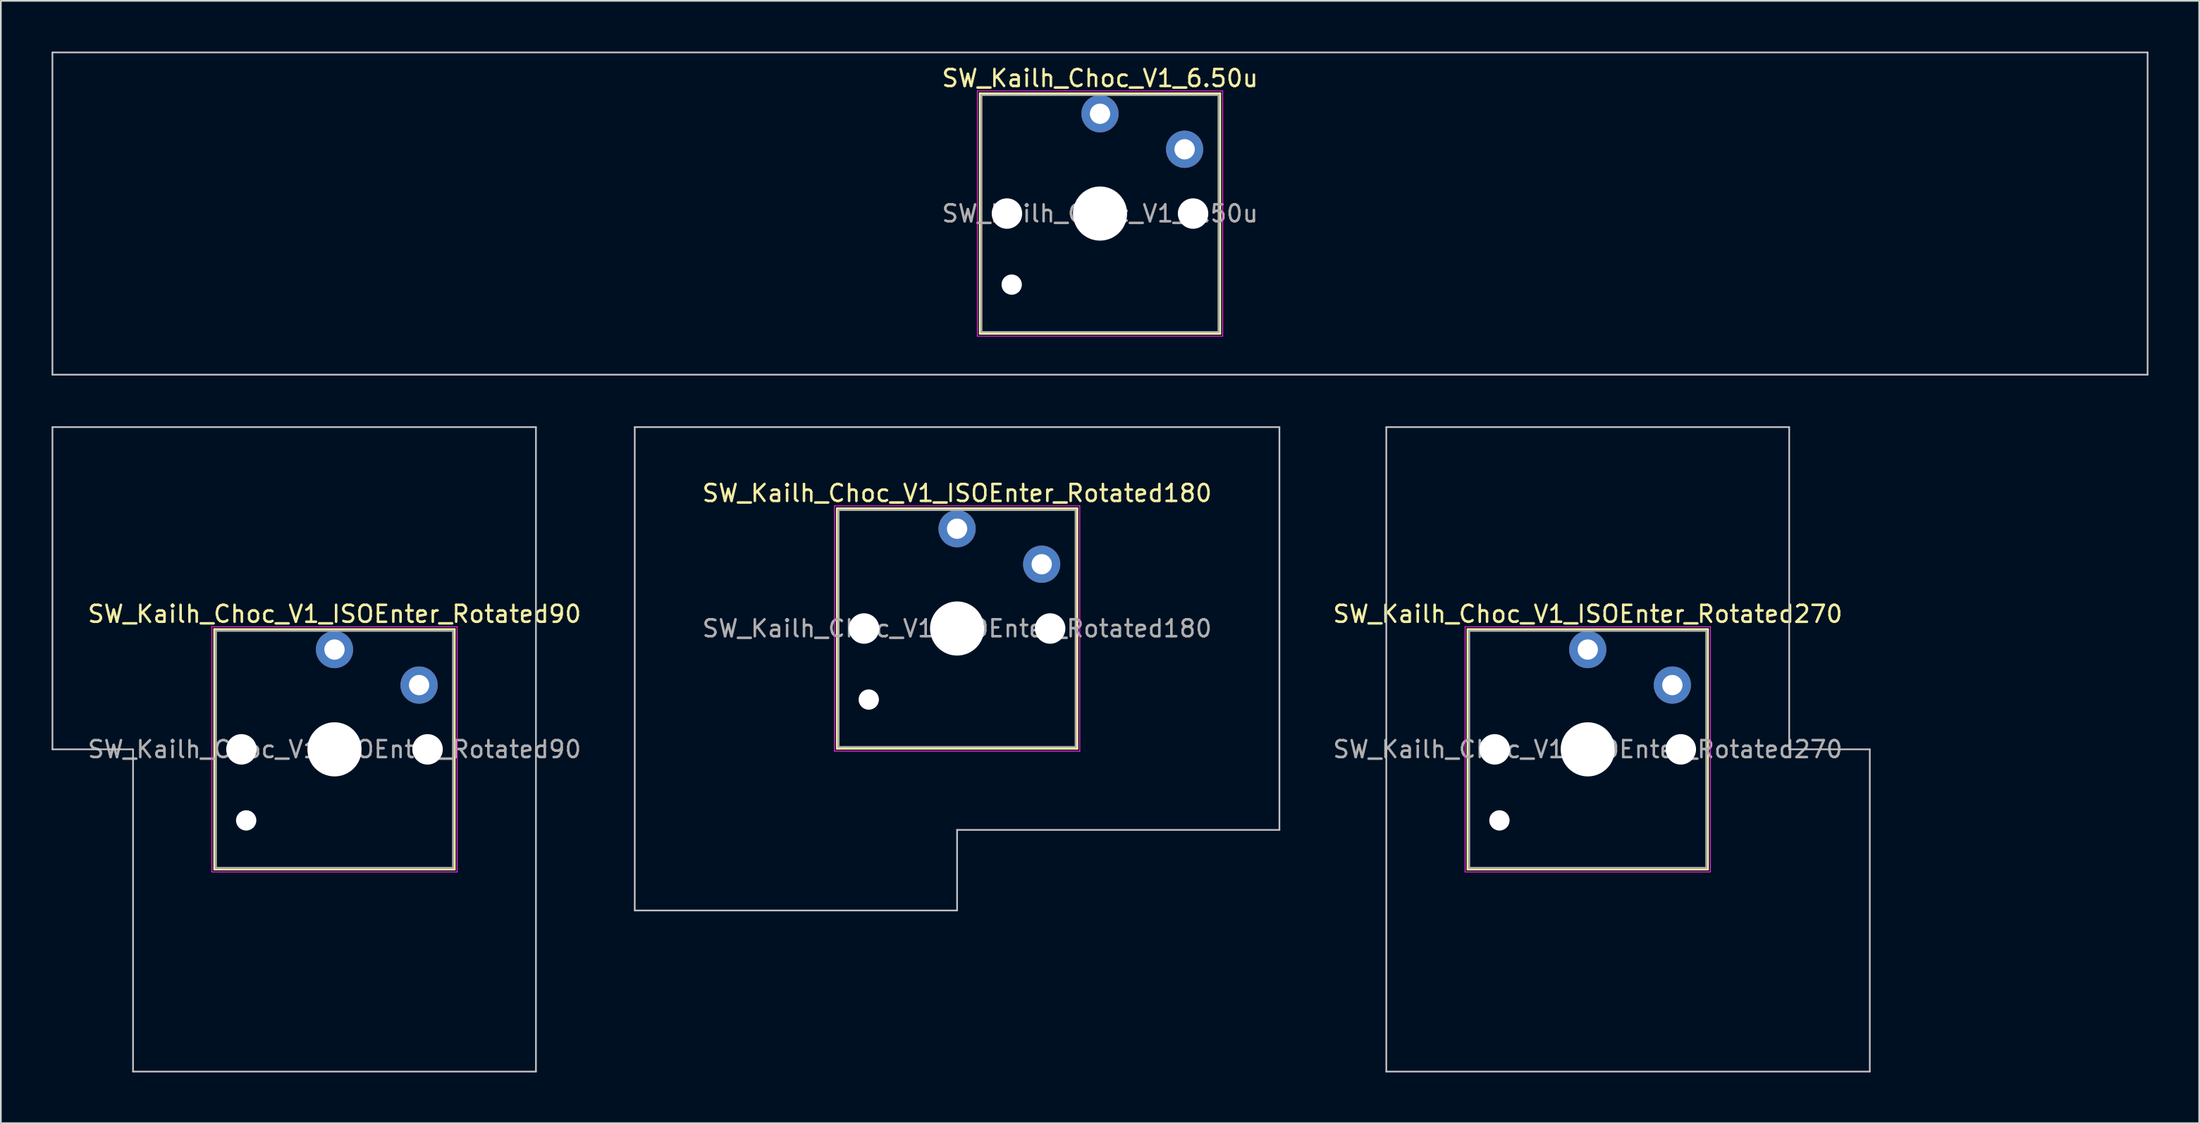
<source format=kicad_pcb>
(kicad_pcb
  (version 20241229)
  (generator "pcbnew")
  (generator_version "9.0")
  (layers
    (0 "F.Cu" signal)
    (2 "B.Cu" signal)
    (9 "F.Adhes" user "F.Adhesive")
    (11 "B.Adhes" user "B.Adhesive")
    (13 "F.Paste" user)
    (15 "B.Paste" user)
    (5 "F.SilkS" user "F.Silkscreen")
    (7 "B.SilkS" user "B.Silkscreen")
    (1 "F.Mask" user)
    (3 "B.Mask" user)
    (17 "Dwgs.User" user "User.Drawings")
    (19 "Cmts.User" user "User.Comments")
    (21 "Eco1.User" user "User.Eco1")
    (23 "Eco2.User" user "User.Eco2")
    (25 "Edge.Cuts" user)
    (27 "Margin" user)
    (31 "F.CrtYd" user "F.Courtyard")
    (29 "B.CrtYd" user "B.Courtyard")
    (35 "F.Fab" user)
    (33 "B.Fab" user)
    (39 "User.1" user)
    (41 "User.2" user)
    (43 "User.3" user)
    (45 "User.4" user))
  (footprint "SW_Kailh_Choc_V1_6.50u"
    (layer "F.Cu")
    (at 61.962 9.575)
    (property "Reference" "SW_Kailh_Choc_V1_6.50u" (at 0 -8 0) (layer "F.SilkS") (effects (font (size 1 1) (thickness 0.15))))
    (attr through_hole)
    (fp_line (start -7.1 -7.1) (end -7.1 7.1) (stroke (width 0.12) (type solid)) (layer "F.SilkS"))
    (fp_line (start -7.1 7.1) (end 7.1 7.1) (stroke (width 0.12) (type solid)) (layer "F.SilkS"))
    (fp_line (start 7.1 -7.1) (end -7.1 -7.1) (stroke (width 0.12) (type solid)) (layer "F.SilkS"))
    (fp_line (start 7.1 7.1) (end 7.1 -7.1) (stroke (width 0.12) (type solid)) (layer "F.SilkS"))
    (fp_line (start -61.913 -9.525) (end -61.913 9.525) (stroke (width 0.1) (type solid)) (layer "Dwgs.User"))
    (fp_line (start -61.913 9.525) (end 61.913 9.525) (stroke (width 0.1) (type solid)) (layer "Dwgs.User"))
    (fp_line (start 61.913 -9.525) (end -61.913 -9.525) (stroke (width 0.1) (type solid)) (layer "Dwgs.User"))
    (fp_line (start 61.913 9.525) (end 61.913 -9.525) (stroke (width 0.1) (type solid)) (layer "Dwgs.User"))
    (fp_line (start -7.25 -7.25) (end -7.25 7.25) (stroke (width 0.05) (type solid)) (layer "F.CrtYd"))
    (fp_line (start -7.25 7.25) (end 7.25 7.25) (stroke (width 0.05) (type solid)) (layer "F.CrtYd"))
    (fp_line (start 7.25 -7.25) (end -7.25 -7.25) (stroke (width 0.05) (type solid)) (layer "F.CrtYd"))
    (fp_line (start 7.25 7.25) (end 7.25 -7.25) (stroke (width 0.05) (type solid)) (layer "F.CrtYd"))
    (fp_line (start -7 -7) (end -7 7) (stroke (width 0.1) (type solid)) (layer "F.Fab"))
    (fp_line (start -7 7) (end 7 7) (stroke (width 0.1) (type solid)) (layer "F.Fab"))
    (fp_line (start 7 -7) (end -7 -7) (stroke (width 0.1) (type solid)) (layer "F.Fab"))
    (fp_line (start 7 7) (end 7 -7) (stroke (width 0.1) (type solid)) (layer "F.Fab"))
    (fp_text user "${REFERENCE}" (at 0 0 0) (layer "F.Fab") (effects (font (size 1 1) (thickness 0.15))))
    (pad "" np_thru_hole circle (at -5.5 0) (size 1.8 1.8) (drill 1.8) (layers "*.Cu" "*.Mask"))
    (pad "" np_thru_hole circle (at -5.22 4.2) (size 1.2 1.2) (drill 1.2) (layers "*.Cu" "*.Mask"))
    (pad "" np_thru_hole circle (at 0 0) (size 3.2 3.2) (drill 3.2) (layers "*.Cu" "*.Mask"))
    (pad "" np_thru_hole circle (at 5.5 0) (size 1.8 1.8) (drill 1.8) (layers "*.Cu" "*.Mask"))
    (pad "1" thru_hole circle (at 0 -5.9) (size 2.2 2.2) (drill 1.2) (layers "*.Cu" "B.Mask"))
    (pad "2" thru_hole circle (at 5 -3.8) (size 2.2 2.2) (drill 1.2) (layers "*.Cu" "B.Mask")))
  (footprint "SW_Kailh_Choc_V1_ISOEnter_Rotated180"
    (layer "F.Cu")
    (at 53.515 34.106)
    (property "Reference" "SW_Kailh_Choc_V1_ISOEnter_Rotated180" (at 0 -8 0) (layer "F.SilkS") (effects (font (size 1 1) (thickness 0.15))))
    (attr through_hole)
    (fp_line (start -7.1 -7.1) (end -7.1 7.1) (stroke (width 0.12) (type solid)) (layer "F.SilkS"))
    (fp_line (start -7.1 7.1) (end 7.1 7.1) (stroke (width 0.12) (type solid)) (layer "F.SilkS"))
    (fp_line (start 7.1 -7.1) (end -7.1 -7.1) (stroke (width 0.12) (type solid)) (layer "F.SilkS"))
    (fp_line (start 7.1 7.1) (end 7.1 -7.1) (stroke (width 0.12) (type solid)) (layer "F.SilkS"))
    (fp_line (start -19.05 -11.906) (end -19.05 16.669) (stroke (width 0.1) (type solid)) (layer "Dwgs.User"))
    (fp_line (start -19.05 16.669) (end 0 16.669) (stroke (width 0.1) (type solid)) (layer "Dwgs.User"))
    (fp_line (start 0 11.906) (end 19.05 11.906) (stroke (width 0.1) (type solid)) (layer "Dwgs.User"))
    (fp_line (start 0 16.669) (end 0 11.906) (stroke (width 0.1) (type solid)) (layer "Dwgs.User"))
    (fp_line (start 19.05 -11.906) (end -19.05 -11.906) (stroke (width 0.1) (type solid)) (layer "Dwgs.User"))
    (fp_line (start 19.05 11.906) (end 19.05 -11.906) (stroke (width 0.1) (type solid)) (layer "Dwgs.User"))
    (fp_line (start -7.25 -7.25) (end -7.25 7.25) (stroke (width 0.05) (type solid)) (layer "F.CrtYd"))
    (fp_line (start -7.25 7.25) (end 7.25 7.25) (stroke (width 0.05) (type solid)) (layer "F.CrtYd"))
    (fp_line (start 7.25 -7.25) (end -7.25 -7.25) (stroke (width 0.05) (type solid)) (layer "F.CrtYd"))
    (fp_line (start 7.25 7.25) (end 7.25 -7.25) (stroke (width 0.05) (type solid)) (layer "F.CrtYd"))
    (fp_line (start -7 -7) (end -7 7) (stroke (width 0.1) (type solid)) (layer "F.Fab"))
    (fp_line (start -7 7) (end 7 7) (stroke (width 0.1) (type solid)) (layer "F.Fab"))
    (fp_line (start 7 -7) (end -7 -7) (stroke (width 0.1) (type solid)) (layer "F.Fab"))
    (fp_line (start 7 7) (end 7 -7) (stroke (width 0.1) (type solid)) (layer "F.Fab"))
    (fp_text user "${REFERENCE}" (at 0 0 0) (layer "F.Fab") (effects (font (size 1 1) (thickness 0.15))))
    (pad "" np_thru_hole circle (at -5.5 0) (size 1.8 1.8) (drill 1.8) (layers "*.Cu" "*.Mask"))
    (pad "" np_thru_hole circle (at -5.22 4.2) (size 1.2 1.2) (drill 1.2) (layers "*.Cu" "*.Mask"))
    (pad "" np_thru_hole circle (at 0 0) (size 3.2 3.2) (drill 3.2) (layers "*.Cu" "*.Mask"))
    (pad "" np_thru_hole circle (at 5.5 0) (size 1.8 1.8) (drill 1.8) (layers "*.Cu" "*.Mask"))
    (pad "1" thru_hole circle (at 0 -5.9) (size 2.2 2.2) (drill 1.2) (layers "*.Cu" "B.Mask"))
    (pad "2" thru_hole circle (at 5 -3.8) (size 2.2 2.2) (drill 1.2) (layers "*.Cu" "B.Mask")))
  (footprint "SW_Kailh_Choc_V1_ISOEnter_Rotated270"
    (layer "F.Cu")
    (at 90.788 41.25)
    (property "Reference" "SW_Kailh_Choc_V1_ISOEnter_Rotated270" (at 0 -8 0) (layer "F.SilkS") (effects (font (size 1 1) (thickness 0.15))))
    (attr through_hole)
    (fp_line (start -7.1 -7.1) (end -7.1 7.1) (stroke (width 0.12) (type solid)) (layer "F.SilkS"))
    (fp_line (start -7.1 7.1) (end 7.1 7.1) (stroke (width 0.12) (type solid)) (layer "F.SilkS"))
    (fp_line (start 7.1 -7.1) (end -7.1 -7.1) (stroke (width 0.12) (type solid)) (layer "F.SilkS"))
    (fp_line (start 7.1 7.1) (end 7.1 -7.1) (stroke (width 0.12) (type solid)) (layer "F.SilkS"))
    (fp_line (start -11.906 -19.05) (end -11.906 19.05) (stroke (width 0.1) (type solid)) (layer "Dwgs.User"))
    (fp_line (start -11.906 19.05) (end 16.669 19.05) (stroke (width 0.1) (type solid)) (layer "Dwgs.User"))
    (fp_line (start 11.906 -19.05) (end -11.906 -19.05) (stroke (width 0.1) (type solid)) (layer "Dwgs.User"))
    (fp_line (start 11.906 0) (end 11.906 -19.05) (stroke (width 0.1) (type solid)) (layer "Dwgs.User"))
    (fp_line (start 16.669 0) (end 11.906 0) (stroke (width 0.1) (type solid)) (layer "Dwgs.User"))
    (fp_line (start 16.669 19.05) (end 16.669 0) (stroke (width 0.1) (type solid)) (layer "Dwgs.User"))
    (fp_line (start -7.25 -7.25) (end -7.25 7.25) (stroke (width 0.05) (type solid)) (layer "F.CrtYd"))
    (fp_line (start -7.25 7.25) (end 7.25 7.25) (stroke (width 0.05) (type solid)) (layer "F.CrtYd"))
    (fp_line (start 7.25 -7.25) (end -7.25 -7.25) (stroke (width 0.05) (type solid)) (layer "F.CrtYd"))
    (fp_line (start 7.25 7.25) (end 7.25 -7.25) (stroke (width 0.05) (type solid)) (layer "F.CrtYd"))
    (fp_line (start -7 -7) (end -7 7) (stroke (width 0.1) (type solid)) (layer "F.Fab"))
    (fp_line (start -7 7) (end 7 7) (stroke (width 0.1) (type solid)) (layer "F.Fab"))
    (fp_line (start 7 -7) (end -7 -7) (stroke (width 0.1) (type solid)) (layer "F.Fab"))
    (fp_line (start 7 7) (end 7 -7) (stroke (width 0.1) (type solid)) (layer "F.Fab"))
    (fp_text user "${REFERENCE}" (at 0 0 0) (layer "F.Fab") (effects (font (size 1 1) (thickness 0.15))))
    (pad "" np_thru_hole circle (at -5.5 0) (size 1.8 1.8) (drill 1.8) (layers "*.Cu" "*.Mask"))
    (pad "" np_thru_hole circle (at -5.22 4.2) (size 1.2 1.2) (drill 1.2) (layers "*.Cu" "*.Mask"))
    (pad "" np_thru_hole circle (at 0 0) (size 3.2 3.2) (drill 3.2) (layers "*.Cu" "*.Mask"))
    (pad "" np_thru_hole circle (at 5.5 0) (size 1.8 1.8) (drill 1.8) (layers "*.Cu" "*.Mask"))
    (pad "1" thru_hole circle (at 0 -5.9) (size 2.2 2.2) (drill 1.2) (layers "*.Cu" "B.Mask"))
    (pad "2" thru_hole circle (at 5 -3.8) (size 2.2 2.2) (drill 1.2) (layers "*.Cu" "B.Mask")))
  (footprint "SW_Kailh_Choc_V1_ISOEnter_Rotated90"
    (layer "F.Cu")
    (at 16.719 41.25)
    (property "Reference" "SW_Kailh_Choc_V1_ISOEnter_Rotated90" (at 0 -8 0) (layer "F.SilkS") (effects (font (size 1 1) (thickness 0.15))))
    (attr through_hole)
    (fp_line (start -7.1 -7.1) (end -7.1 7.1) (stroke (width 0.12) (type solid)) (layer "F.SilkS"))
    (fp_line (start -7.1 7.1) (end 7.1 7.1) (stroke (width 0.12) (type solid)) (layer "F.SilkS"))
    (fp_line (start 7.1 -7.1) (end -7.1 -7.1) (stroke (width 0.12) (type solid)) (layer "F.SilkS"))
    (fp_line (start 7.1 7.1) (end 7.1 -7.1) (stroke (width 0.12) (type solid)) (layer "F.SilkS"))
    (fp_line (start -16.669 -19.05) (end -16.669 0) (stroke (width 0.1) (type solid)) (layer "Dwgs.User"))
    (fp_line (start -16.669 0) (end -11.906 0) (stroke (width 0.1) (type solid)) (layer "Dwgs.User"))
    (fp_line (start -11.906 0) (end -11.906 19.05) (stroke (width 0.1) (type solid)) (layer "Dwgs.User"))
    (fp_line (start -11.906 19.05) (end 11.906 19.05) (stroke (width 0.1) (type solid)) (layer "Dwgs.User"))
    (fp_line (start 11.906 -19.05) (end -16.669 -19.05) (stroke (width 0.1) (type solid)) (layer "Dwgs.User"))
    (fp_line (start 11.906 19.05) (end 11.906 -19.05) (stroke (width 0.1) (type solid)) (layer "Dwgs.User"))
    (fp_line (start -7.25 -7.25) (end -7.25 7.25) (stroke (width 0.05) (type solid)) (layer "F.CrtYd"))
    (fp_line (start -7.25 7.25) (end 7.25 7.25) (stroke (width 0.05) (type solid)) (layer "F.CrtYd"))
    (fp_line (start 7.25 -7.25) (end -7.25 -7.25) (stroke (width 0.05) (type solid)) (layer "F.CrtYd"))
    (fp_line (start 7.25 7.25) (end 7.25 -7.25) (stroke (width 0.05) (type solid)) (layer "F.CrtYd"))
    (fp_line (start -7 -7) (end -7 7) (stroke (width 0.1) (type solid)) (layer "F.Fab"))
    (fp_line (start -7 7) (end 7 7) (stroke (width 0.1) (type solid)) (layer "F.Fab"))
    (fp_line (start 7 -7) (end -7 -7) (stroke (width 0.1) (type solid)) (layer "F.Fab"))
    (fp_line (start 7 7) (end 7 -7) (stroke (width 0.1) (type solid)) (layer "F.Fab"))
    (fp_text user "${REFERENCE}" (at 0 0 0) (layer "F.Fab") (effects (font (size 1 1) (thickness 0.15))))
    (pad "" np_thru_hole circle (at -5.5 0) (size 1.8 1.8) (drill 1.8) (layers "*.Cu" "*.Mask"))
    (pad "" np_thru_hole circle (at -5.22 4.2) (size 1.2 1.2) (drill 1.2) (layers "*.Cu" "*.Mask"))
    (pad "" np_thru_hole circle (at 0 0) (size 3.2 3.2) (drill 3.2) (layers "*.Cu" "*.Mask"))
    (pad "" np_thru_hole circle (at 5.5 0) (size 1.8 1.8) (drill 1.8) (layers "*.Cu" "*.Mask"))
    (pad "1" thru_hole circle (at 0 -5.9) (size 2.2 2.2) (drill 1.2) (layers "*.Cu" "B.Mask"))
    (pad "2" thru_hole circle (at 5 -3.8) (size 2.2 2.2) (drill 1.2) (layers "*.Cu" "B.Mask")))
  (gr_rect
    (start -3 -3)
    (end 126.925 63.35)
    (stroke (width 0.1) (type default))
    (fill no)
    (layer "Edge.Cuts")))
</source>
